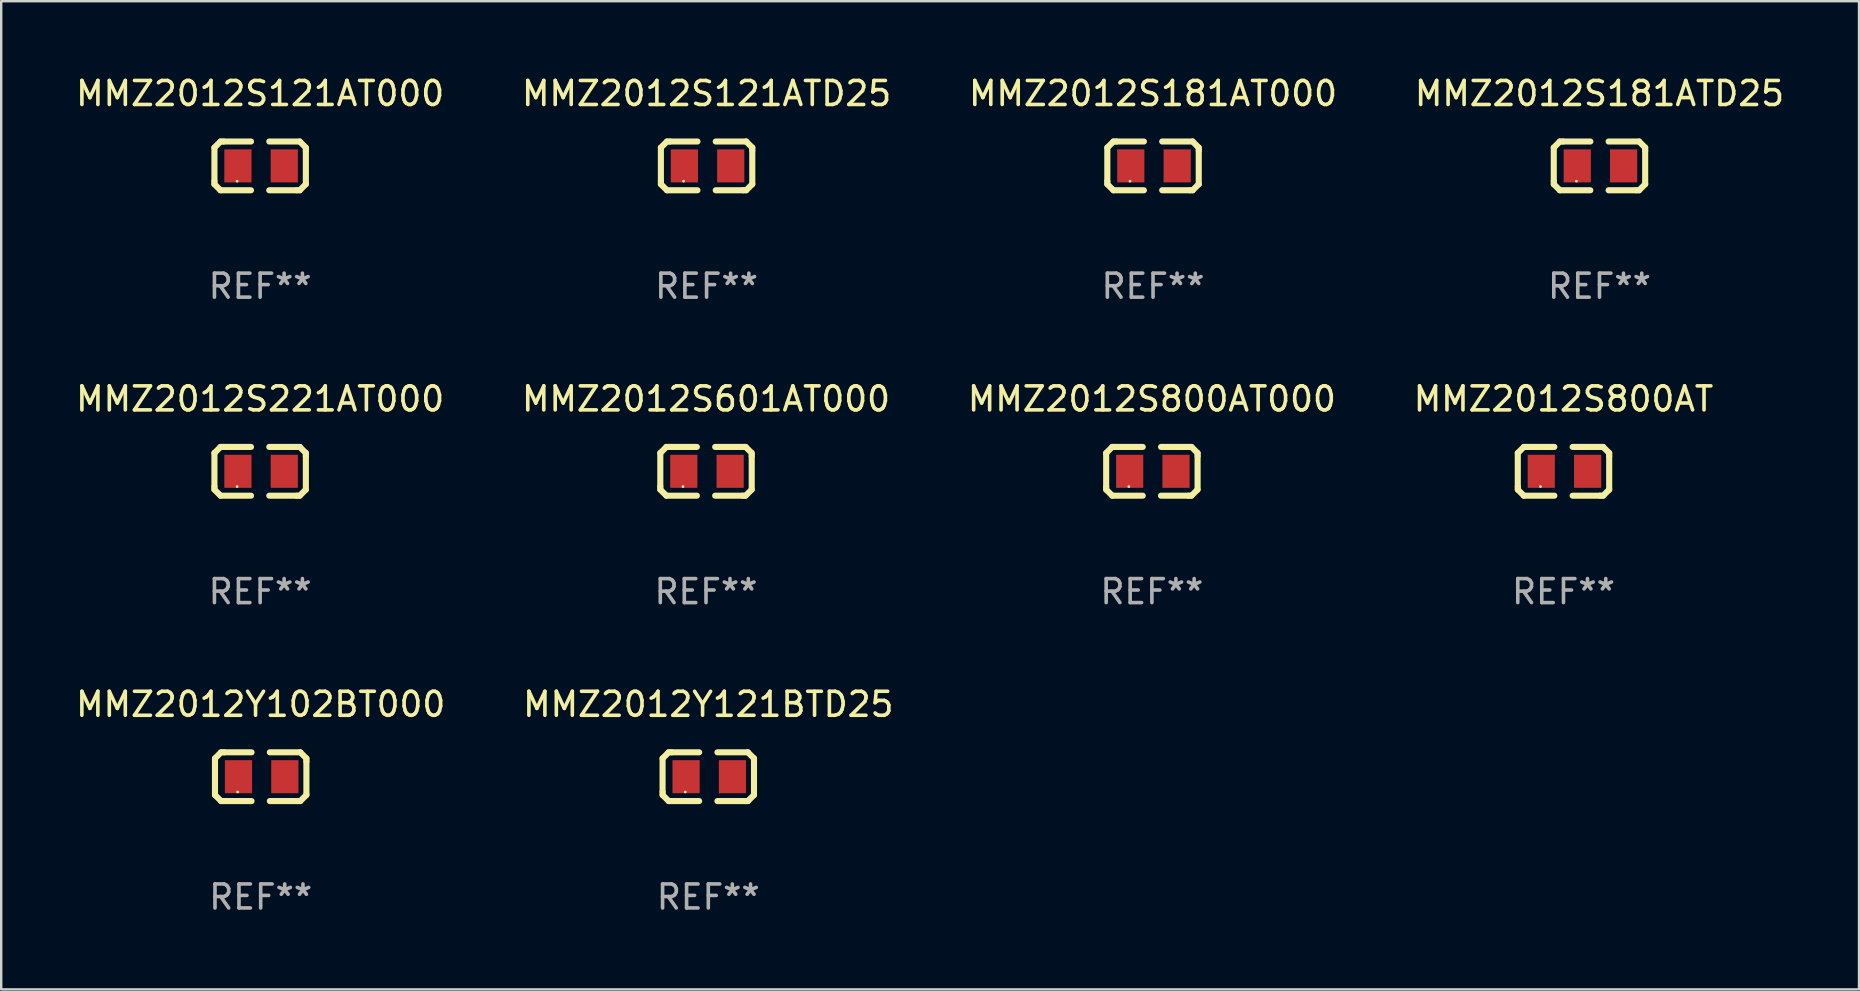
<source format=kicad_pcb>
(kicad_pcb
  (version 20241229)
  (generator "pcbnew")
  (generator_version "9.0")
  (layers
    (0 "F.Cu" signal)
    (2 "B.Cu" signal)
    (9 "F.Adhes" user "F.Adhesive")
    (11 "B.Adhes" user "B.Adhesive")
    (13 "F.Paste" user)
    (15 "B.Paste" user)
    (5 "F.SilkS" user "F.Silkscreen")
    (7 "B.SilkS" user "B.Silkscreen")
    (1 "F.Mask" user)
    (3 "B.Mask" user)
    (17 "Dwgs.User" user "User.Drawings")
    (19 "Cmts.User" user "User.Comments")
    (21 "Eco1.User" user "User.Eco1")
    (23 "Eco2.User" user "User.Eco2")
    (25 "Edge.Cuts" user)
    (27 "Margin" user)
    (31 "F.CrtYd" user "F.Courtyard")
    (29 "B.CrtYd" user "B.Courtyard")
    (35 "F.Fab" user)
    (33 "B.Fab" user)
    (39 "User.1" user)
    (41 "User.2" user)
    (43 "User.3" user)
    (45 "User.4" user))
  (footprint "MMZ2012S601AT000"
    (layer "F.Cu")
    (at 26.375 16.593)
    (property "Reference" "MMZ2012S601AT000" (at 0 -3.016 0) (layer "F.SilkS") (effects (font (size 1 1) (thickness 0.15))))
    (attr through_hole)
    (fp_line (start -1.905 -0.762) (end -1.905 0.635) (stroke (width 0.254) (type solid)) (layer "F.SilkS"))
    (fp_line (start -1.905 0.635) (end -1.905 0.762) (stroke (width 0.254) (type solid)) (layer "F.SilkS"))
    (fp_line (start -1.905 0.762) (end -1.651 1.016) (stroke (width 0.254) (type solid)) (layer "F.SilkS"))
    (fp_line (start -1.651 -1.016) (end -1.905 -0.762) (stroke (width 0.254) (type solid)) (layer "F.SilkS"))
    (fp_line (start -1.651 1.016) (end -0.381 1.016) (stroke (width 0.254) (type solid)) (layer "F.SilkS"))
    (fp_line (start -1.524 -1.016) (end -1.651 -1.016) (stroke (width 0.254) (type solid)) (layer "F.SilkS"))
    (fp_line (start -0.381 -1.016) (end -1.524 -1.016) (stroke (width 0.254) (type solid)) (layer "F.SilkS"))
    (fp_line (start 0.381 1.016) (end 1.524 1.016) (stroke (width 0.254) (type solid)) (layer "F.SilkS"))
    (fp_line (start 1.524 1.016) (end 1.651 1.016) (stroke (width 0.254) (type solid)) (layer "F.SilkS"))
    (fp_line (start 1.651 -1.016) (end 0.381 -1.016) (stroke (width 0.254) (type solid)) (layer "F.SilkS"))
    (fp_line (start 1.651 1.016) (end 1.905 0.762) (stroke (width 0.254) (type solid)) (layer "F.SilkS"))
    (fp_line (start 1.905 -0.762) (end 1.651 -1.016) (stroke (width 0.254) (type solid)) (layer "F.SilkS"))
    (fp_line (start 1.905 -0.635) (end 1.905 -0.762) (stroke (width 0.254) (type solid)) (layer "F.SilkS"))
    (fp_line (start 1.905 0.762) (end 1.905 -0.635) (stroke (width 0.254) (type solid)) (layer "F.SilkS"))
    (fp_circle (center -0.96 0.637) (end -0.93 0.637) (stroke (width 0.06) (type solid)) (fill no) (layer "F.SilkS"))
    (fp_text user "REF**" (at 0 5.016 0) (layer "F.Fab") (effects (font (size 1 1) (thickness 0.15))))
    (pad "1" smd rect (at -0.926 -0.000051) (size 1.133 1.377) (layers "F.Cu" "F.Mask" "F.Paste"))
    (pad "2" smd rect (at 1.006 -0.000051) (size 1.133 1.377) (layers "F.Cu" "F.Mask" "F.Paste")))
  (footprint "MMZ2012S800AT000"
    (layer "F.Cu")
    (at 44.958 16.593)
    (property "Reference" "MMZ2012S800AT000" (at 0 -3.016 0) (layer "F.SilkS") (effects (font (size 1 1) (thickness 0.15))))
    (attr through_hole)
    (fp_line (start -1.905 -0.762) (end -1.905 0.635) (stroke (width 0.254) (type solid)) (layer "F.SilkS"))
    (fp_line (start -1.905 0.635) (end -1.905 0.762) (stroke (width 0.254) (type solid)) (layer "F.SilkS"))
    (fp_line (start -1.905 0.762) (end -1.651 1.016) (stroke (width 0.254) (type solid)) (layer "F.SilkS"))
    (fp_line (start -1.651 -1.016) (end -1.905 -0.762) (stroke (width 0.254) (type solid)) (layer "F.SilkS"))
    (fp_line (start -1.651 1.016) (end -0.381 1.016) (stroke (width 0.254) (type solid)) (layer "F.SilkS"))
    (fp_line (start -1.524 -1.016) (end -1.651 -1.016) (stroke (width 0.254) (type solid)) (layer "F.SilkS"))
    (fp_line (start -0.381 -1.016) (end -1.524 -1.016) (stroke (width 0.254) (type solid)) (layer "F.SilkS"))
    (fp_line (start 0.381 1.016) (end 1.524 1.016) (stroke (width 0.254) (type solid)) (layer "F.SilkS"))
    (fp_line (start 1.524 1.016) (end 1.651 1.016) (stroke (width 0.254) (type solid)) (layer "F.SilkS"))
    (fp_line (start 1.651 -1.016) (end 0.381 -1.016) (stroke (width 0.254) (type solid)) (layer "F.SilkS"))
    (fp_line (start 1.651 1.016) (end 1.905 0.762) (stroke (width 0.254) (type solid)) (layer "F.SilkS"))
    (fp_line (start 1.905 -0.762) (end 1.651 -1.016) (stroke (width 0.254) (type solid)) (layer "F.SilkS"))
    (fp_line (start 1.905 -0.635) (end 1.905 -0.762) (stroke (width 0.254) (type solid)) (layer "F.SilkS"))
    (fp_line (start 1.905 0.762) (end 1.905 -0.635) (stroke (width 0.254) (type solid)) (layer "F.SilkS"))
    (fp_circle (center -0.96 0.637) (end -0.93 0.637) (stroke (width 0.06) (type solid)) (fill no) (layer "F.SilkS"))
    (fp_text user "REF**" (at 0 5.016 0) (layer "F.Fab") (effects (font (size 1 1) (thickness 0.15))))
    (pad "1" smd rect (at -0.926 -0.000051) (size 1.133 1.377) (layers "F.Cu" "F.Mask" "F.Paste"))
    (pad "2" smd rect (at 1.006 -0.000051) (size 1.133 1.377) (layers "F.Cu" "F.Mask" "F.Paste")))
  (footprint "MMZ2012S121AT000"
    (layer "F.Cu")
    (at 7.792 3.864)
    (property "Reference" "MMZ2012S121AT000" (at 0 -3.016 0) (layer "F.SilkS") (effects (font (size 1 1) (thickness 0.15))))
    (attr through_hole)
    (fp_line (start -1.905 -0.762) (end -1.905 0.635) (stroke (width 0.254) (type solid)) (layer "F.SilkS"))
    (fp_line (start -1.905 0.635) (end -1.905 0.762) (stroke (width 0.254) (type solid)) (layer "F.SilkS"))
    (fp_line (start -1.905 0.762) (end -1.651 1.016) (stroke (width 0.254) (type solid)) (layer "F.SilkS"))
    (fp_line (start -1.651 -1.016) (end -1.905 -0.762) (stroke (width 0.254) (type solid)) (layer "F.SilkS"))
    (fp_line (start -1.651 1.016) (end -0.381 1.016) (stroke (width 0.254) (type solid)) (layer "F.SilkS"))
    (fp_line (start -1.524 -1.016) (end -1.651 -1.016) (stroke (width 0.254) (type solid)) (layer "F.SilkS"))
    (fp_line (start -0.381 -1.016) (end -1.524 -1.016) (stroke (width 0.254) (type solid)) (layer "F.SilkS"))
    (fp_line (start 0.381 1.016) (end 1.524 1.016) (stroke (width 0.254) (type solid)) (layer "F.SilkS"))
    (fp_line (start 1.524 1.016) (end 1.651 1.016) (stroke (width 0.254) (type solid)) (layer "F.SilkS"))
    (fp_line (start 1.651 -1.016) (end 0.381 -1.016) (stroke (width 0.254) (type solid)) (layer "F.SilkS"))
    (fp_line (start 1.651 1.016) (end 1.905 0.762) (stroke (width 0.254) (type solid)) (layer "F.SilkS"))
    (fp_line (start 1.905 -0.762) (end 1.651 -1.016) (stroke (width 0.254) (type solid)) (layer "F.SilkS"))
    (fp_line (start 1.905 -0.635) (end 1.905 -0.762) (stroke (width 0.254) (type solid)) (layer "F.SilkS"))
    (fp_line (start 1.905 0.762) (end 1.905 -0.635) (stroke (width 0.254) (type solid)) (layer "F.SilkS"))
    (fp_circle (center -0.96 0.637) (end -0.93 0.637) (stroke (width 0.06) (type solid)) (fill no) (layer "F.SilkS"))
    (fp_text user "REF**" (at 0 5.016 0) (layer "F.Fab") (effects (font (size 1 1) (thickness 0.15))))
    (pad "1" smd rect (at -0.926 -0.000051) (size 1.133 1.377) (layers "F.Cu" "F.Mask" "F.Paste"))
    (pad "2" smd rect (at 1.006 -0.000051) (size 1.133 1.377) (layers "F.Cu" "F.Mask" "F.Paste")))
  (footprint "MMZ2012Y121BTD25"
    (layer "F.Cu")
    (at 26.47 29.321)
    (property "Reference" "MMZ2012Y121BTD25" (at 0 -3.016 0) (layer "F.SilkS") (effects (font (size 1 1) (thickness 0.15))))
    (attr through_hole)
    (fp_line (start -1.905 -0.762) (end -1.905 0.635) (stroke (width 0.254) (type solid)) (layer "F.SilkS"))
    (fp_line (start -1.905 0.635) (end -1.905 0.762) (stroke (width 0.254) (type solid)) (layer "F.SilkS"))
    (fp_line (start -1.905 0.762) (end -1.651 1.016) (stroke (width 0.254) (type solid)) (layer "F.SilkS"))
    (fp_line (start -1.651 -1.016) (end -1.905 -0.762) (stroke (width 0.254) (type solid)) (layer "F.SilkS"))
    (fp_line (start -1.651 1.016) (end -0.381 1.016) (stroke (width 0.254) (type solid)) (layer "F.SilkS"))
    (fp_line (start -1.524 -1.016) (end -1.651 -1.016) (stroke (width 0.254) (type solid)) (layer "F.SilkS"))
    (fp_line (start -0.381 -1.016) (end -1.524 -1.016) (stroke (width 0.254) (type solid)) (layer "F.SilkS"))
    (fp_line (start 0.381 1.016) (end 1.524 1.016) (stroke (width 0.254) (type solid)) (layer "F.SilkS"))
    (fp_line (start 1.524 1.016) (end 1.651 1.016) (stroke (width 0.254) (type solid)) (layer "F.SilkS"))
    (fp_line (start 1.651 -1.016) (end 0.381 -1.016) (stroke (width 0.254) (type solid)) (layer "F.SilkS"))
    (fp_line (start 1.651 1.016) (end 1.905 0.762) (stroke (width 0.254) (type solid)) (layer "F.SilkS"))
    (fp_line (start 1.905 -0.762) (end 1.651 -1.016) (stroke (width 0.254) (type solid)) (layer "F.SilkS"))
    (fp_line (start 1.905 -0.635) (end 1.905 -0.762) (stroke (width 0.254) (type solid)) (layer "F.SilkS"))
    (fp_line (start 1.905 0.762) (end 1.905 -0.635) (stroke (width 0.254) (type solid)) (layer "F.SilkS"))
    (fp_circle (center -0.96 0.637) (end -0.93 0.637) (stroke (width 0.06) (type solid)) (fill no) (layer "F.SilkS"))
    (fp_text user "REF**" (at 0 5.016 0) (layer "F.Fab") (effects (font (size 1 1) (thickness 0.15))))
    (pad "1" smd rect (at -0.926 -0.000051) (size 1.133 1.377) (layers "F.Cu" "F.Mask" "F.Paste"))
    (pad "2" smd rect (at 1.006 -0.000051) (size 1.133 1.377) (layers "F.Cu" "F.Mask" "F.Paste")))
  (footprint "MMZ2012S181AT000"
    (layer "F.Cu")
    (at 45.006 3.864)
    (property "Reference" "MMZ2012S181AT000" (at 0 -3.016 0) (layer "F.SilkS") (effects (font (size 1 1) (thickness 0.15))))
    (attr through_hole)
    (fp_line (start -1.905 -0.762) (end -1.905 0.635) (stroke (width 0.254) (type solid)) (layer "F.SilkS"))
    (fp_line (start -1.905 0.635) (end -1.905 0.762) (stroke (width 0.254) (type solid)) (layer "F.SilkS"))
    (fp_line (start -1.905 0.762) (end -1.651 1.016) (stroke (width 0.254) (type solid)) (layer "F.SilkS"))
    (fp_line (start -1.651 -1.016) (end -1.905 -0.762) (stroke (width 0.254) (type solid)) (layer "F.SilkS"))
    (fp_line (start -1.651 1.016) (end -0.381 1.016) (stroke (width 0.254) (type solid)) (layer "F.SilkS"))
    (fp_line (start -1.524 -1.016) (end -1.651 -1.016) (stroke (width 0.254) (type solid)) (layer "F.SilkS"))
    (fp_line (start -0.381 -1.016) (end -1.524 -1.016) (stroke (width 0.254) (type solid)) (layer "F.SilkS"))
    (fp_line (start 0.381 1.016) (end 1.524 1.016) (stroke (width 0.254) (type solid)) (layer "F.SilkS"))
    (fp_line (start 1.524 1.016) (end 1.651 1.016) (stroke (width 0.254) (type solid)) (layer "F.SilkS"))
    (fp_line (start 1.651 -1.016) (end 0.381 -1.016) (stroke (width 0.254) (type solid)) (layer "F.SilkS"))
    (fp_line (start 1.651 1.016) (end 1.905 0.762) (stroke (width 0.254) (type solid)) (layer "F.SilkS"))
    (fp_line (start 1.905 -0.762) (end 1.651 -1.016) (stroke (width 0.254) (type solid)) (layer "F.SilkS"))
    (fp_line (start 1.905 -0.635) (end 1.905 -0.762) (stroke (width 0.254) (type solid)) (layer "F.SilkS"))
    (fp_line (start 1.905 0.762) (end 1.905 -0.635) (stroke (width 0.254) (type solid)) (layer "F.SilkS"))
    (fp_circle (center -0.96 0.637) (end -0.93 0.637) (stroke (width 0.06) (type solid)) (fill no) (layer "F.SilkS"))
    (fp_text user "REF**" (at 0 5.016 0) (layer "F.Fab") (effects (font (size 1 1) (thickness 0.15))))
    (pad "1" smd rect (at -0.926 -0.000051) (size 1.133 1.377) (layers "F.Cu" "F.Mask" "F.Paste"))
    (pad "2" smd rect (at 1.006 -0.000051) (size 1.133 1.377) (layers "F.Cu" "F.Mask" "F.Paste")))
  (footprint "MMZ2012S181ATD25"
    (layer "F.Cu")
    (at 63.613 3.864)
    (property "Reference" "MMZ2012S181ATD25" (at 0 -3.016 0) (layer "F.SilkS") (effects (font (size 1 1) (thickness 0.15))))
    (attr through_hole)
    (fp_line (start -1.905 -0.762) (end -1.905 0.635) (stroke (width 0.254) (type solid)) (layer "F.SilkS"))
    (fp_line (start -1.905 0.635) (end -1.905 0.762) (stroke (width 0.254) (type solid)) (layer "F.SilkS"))
    (fp_line (start -1.905 0.762) (end -1.651 1.016) (stroke (width 0.254) (type solid)) (layer "F.SilkS"))
    (fp_line (start -1.651 -1.016) (end -1.905 -0.762) (stroke (width 0.254) (type solid)) (layer "F.SilkS"))
    (fp_line (start -1.651 1.016) (end -0.381 1.016) (stroke (width 0.254) (type solid)) (layer "F.SilkS"))
    (fp_line (start -1.524 -1.016) (end -1.651 -1.016) (stroke (width 0.254) (type solid)) (layer "F.SilkS"))
    (fp_line (start -0.381 -1.016) (end -1.524 -1.016) (stroke (width 0.254) (type solid)) (layer "F.SilkS"))
    (fp_line (start 0.381 1.016) (end 1.524 1.016) (stroke (width 0.254) (type solid)) (layer "F.SilkS"))
    (fp_line (start 1.524 1.016) (end 1.651 1.016) (stroke (width 0.254) (type solid)) (layer "F.SilkS"))
    (fp_line (start 1.651 -1.016) (end 0.381 -1.016) (stroke (width 0.254) (type solid)) (layer "F.SilkS"))
    (fp_line (start 1.651 1.016) (end 1.905 0.762) (stroke (width 0.254) (type solid)) (layer "F.SilkS"))
    (fp_line (start 1.905 -0.762) (end 1.651 -1.016) (stroke (width 0.254) (type solid)) (layer "F.SilkS"))
    (fp_line (start 1.905 -0.635) (end 1.905 -0.762) (stroke (width 0.254) (type solid)) (layer "F.SilkS"))
    (fp_line (start 1.905 0.762) (end 1.905 -0.635) (stroke (width 0.254) (type solid)) (layer "F.SilkS"))
    (fp_circle (center -0.96 0.637) (end -0.93 0.637) (stroke (width 0.06) (type solid)) (fill no) (layer "F.SilkS"))
    (fp_text user "REF**" (at 0 5.016 0) (layer "F.Fab") (effects (font (size 1 1) (thickness 0.15))))
    (pad "1" smd rect (at -0.926 -0.000051) (size 1.133 1.377) (layers "F.Cu" "F.Mask" "F.Paste"))
    (pad "2" smd rect (at 1.006 -0.000051) (size 1.133 1.377) (layers "F.Cu" "F.Mask" "F.Paste")))
  (footprint "MMZ2012S221AT000"
    (layer "F.Cu")
    (at 7.792 16.593)
    (property "Reference" "MMZ2012S221AT000" (at 0 -3.016 0) (layer "F.SilkS") (effects (font (size 1 1) (thickness 0.15))))
    (attr through_hole)
    (fp_line (start -1.905 -0.762) (end -1.905 0.635) (stroke (width 0.254) (type solid)) (layer "F.SilkS"))
    (fp_line (start -1.905 0.635) (end -1.905 0.762) (stroke (width 0.254) (type solid)) (layer "F.SilkS"))
    (fp_line (start -1.905 0.762) (end -1.651 1.016) (stroke (width 0.254) (type solid)) (layer "F.SilkS"))
    (fp_line (start -1.651 -1.016) (end -1.905 -0.762) (stroke (width 0.254) (type solid)) (layer "F.SilkS"))
    (fp_line (start -1.651 1.016) (end -0.381 1.016) (stroke (width 0.254) (type solid)) (layer "F.SilkS"))
    (fp_line (start -1.524 -1.016) (end -1.651 -1.016) (stroke (width 0.254) (type solid)) (layer "F.SilkS"))
    (fp_line (start -0.381 -1.016) (end -1.524 -1.016) (stroke (width 0.254) (type solid)) (layer "F.SilkS"))
    (fp_line (start 0.381 1.016) (end 1.524 1.016) (stroke (width 0.254) (type solid)) (layer "F.SilkS"))
    (fp_line (start 1.524 1.016) (end 1.651 1.016) (stroke (width 0.254) (type solid)) (layer "F.SilkS"))
    (fp_line (start 1.651 -1.016) (end 0.381 -1.016) (stroke (width 0.254) (type solid)) (layer "F.SilkS"))
    (fp_line (start 1.651 1.016) (end 1.905 0.762) (stroke (width 0.254) (type solid)) (layer "F.SilkS"))
    (fp_line (start 1.905 -0.762) (end 1.651 -1.016) (stroke (width 0.254) (type solid)) (layer "F.SilkS"))
    (fp_line (start 1.905 -0.635) (end 1.905 -0.762) (stroke (width 0.254) (type solid)) (layer "F.SilkS"))
    (fp_line (start 1.905 0.762) (end 1.905 -0.635) (stroke (width 0.254) (type solid)) (layer "F.SilkS"))
    (fp_circle (center -0.96 0.637) (end -0.93 0.637) (stroke (width 0.06) (type solid)) (fill no) (layer "F.SilkS"))
    (fp_text user "REF**" (at 0 5.016 0) (layer "F.Fab") (effects (font (size 1 1) (thickness 0.15))))
    (pad "1" smd rect (at -0.926 -0.000051) (size 1.133 1.377) (layers "F.Cu" "F.Mask" "F.Paste"))
    (pad "2" smd rect (at 1.006 -0.000051) (size 1.133 1.377) (layers "F.Cu" "F.Mask" "F.Paste")))
  (footprint "MMZ2012Y102BT000"
    (layer "F.Cu")
    (at 7.815 29.321)
    (property "Reference" "MMZ2012Y102BT000" (at 0 -3.016 0) (layer "F.SilkS") (effects (font (size 1 1) (thickness 0.15))))
    (attr through_hole)
    (fp_line (start -1.905 -0.762) (end -1.905 0.635) (stroke (width 0.254) (type solid)) (layer "F.SilkS"))
    (fp_line (start -1.905 0.635) (end -1.905 0.762) (stroke (width 0.254) (type solid)) (layer "F.SilkS"))
    (fp_line (start -1.905 0.762) (end -1.651 1.016) (stroke (width 0.254) (type solid)) (layer "F.SilkS"))
    (fp_line (start -1.651 -1.016) (end -1.905 -0.762) (stroke (width 0.254) (type solid)) (layer "F.SilkS"))
    (fp_line (start -1.651 1.016) (end -0.381 1.016) (stroke (width 0.254) (type solid)) (layer "F.SilkS"))
    (fp_line (start -1.524 -1.016) (end -1.651 -1.016) (stroke (width 0.254) (type solid)) (layer "F.SilkS"))
    (fp_line (start -0.381 -1.016) (end -1.524 -1.016) (stroke (width 0.254) (type solid)) (layer "F.SilkS"))
    (fp_line (start 0.381 1.016) (end 1.524 1.016) (stroke (width 0.254) (type solid)) (layer "F.SilkS"))
    (fp_line (start 1.524 1.016) (end 1.651 1.016) (stroke (width 0.254) (type solid)) (layer "F.SilkS"))
    (fp_line (start 1.651 -1.016) (end 0.381 -1.016) (stroke (width 0.254) (type solid)) (layer "F.SilkS"))
    (fp_line (start 1.651 1.016) (end 1.905 0.762) (stroke (width 0.254) (type solid)) (layer "F.SilkS"))
    (fp_line (start 1.905 -0.762) (end 1.651 -1.016) (stroke (width 0.254) (type solid)) (layer "F.SilkS"))
    (fp_line (start 1.905 -0.635) (end 1.905 -0.762) (stroke (width 0.254) (type solid)) (layer "F.SilkS"))
    (fp_line (start 1.905 0.762) (end 1.905 -0.635) (stroke (width 0.254) (type solid)) (layer "F.SilkS"))
    (fp_circle (center -0.96 0.637) (end -0.93 0.637) (stroke (width 0.06) (type solid)) (fill no) (layer "F.SilkS"))
    (fp_text user "REF**" (at 0 5.016 0) (layer "F.Fab") (effects (font (size 1 1) (thickness 0.15))))
    (pad "1" smd rect (at -0.926 -0.000051) (size 1.133 1.377) (layers "F.Cu" "F.Mask" "F.Paste"))
    (pad "2" smd rect (at 1.006 -0.000051) (size 1.133 1.377) (layers "F.Cu" "F.Mask" "F.Paste")))
  (footprint "MMZ2012S121ATD25"
    (layer "F.Cu")
    (at 26.399 3.864)
    (property "Reference" "MMZ2012S121ATD25" (at 0 -3.016 0) (layer "F.SilkS") (effects (font (size 1 1) (thickness 0.15))))
    (attr through_hole)
    (fp_line (start -1.905 -0.762) (end -1.905 0.635) (stroke (width 0.254) (type solid)) (layer "F.SilkS"))
    (fp_line (start -1.905 0.635) (end -1.905 0.762) (stroke (width 0.254) (type solid)) (layer "F.SilkS"))
    (fp_line (start -1.905 0.762) (end -1.651 1.016) (stroke (width 0.254) (type solid)) (layer "F.SilkS"))
    (fp_line (start -1.651 -1.016) (end -1.905 -0.762) (stroke (width 0.254) (type solid)) (layer "F.SilkS"))
    (fp_line (start -1.651 1.016) (end -0.381 1.016) (stroke (width 0.254) (type solid)) (layer "F.SilkS"))
    (fp_line (start -1.524 -1.016) (end -1.651 -1.016) (stroke (width 0.254) (type solid)) (layer "F.SilkS"))
    (fp_line (start -0.381 -1.016) (end -1.524 -1.016) (stroke (width 0.254) (type solid)) (layer "F.SilkS"))
    (fp_line (start 0.381 1.016) (end 1.524 1.016) (stroke (width 0.254) (type solid)) (layer "F.SilkS"))
    (fp_line (start 1.524 1.016) (end 1.651 1.016) (stroke (width 0.254) (type solid)) (layer "F.SilkS"))
    (fp_line (start 1.651 -1.016) (end 0.381 -1.016) (stroke (width 0.254) (type solid)) (layer "F.SilkS"))
    (fp_line (start 1.651 1.016) (end 1.905 0.762) (stroke (width 0.254) (type solid)) (layer "F.SilkS"))
    (fp_line (start 1.905 -0.762) (end 1.651 -1.016) (stroke (width 0.254) (type solid)) (layer "F.SilkS"))
    (fp_line (start 1.905 -0.635) (end 1.905 -0.762) (stroke (width 0.254) (type solid)) (layer "F.SilkS"))
    (fp_line (start 1.905 0.762) (end 1.905 -0.635) (stroke (width 0.254) (type solid)) (layer "F.SilkS"))
    (fp_circle (center -0.96 0.637) (end -0.93 0.637) (stroke (width 0.06) (type solid)) (fill no) (layer "F.SilkS"))
    (fp_text user "REF**" (at 0 5.016 0) (layer "F.Fab") (effects (font (size 1 1) (thickness 0.15))))
    (pad "1" smd rect (at -0.926 -0.000051) (size 1.133 1.377) (layers "F.Cu" "F.Mask" "F.Paste"))
    (pad "2" smd rect (at 1.006 -0.000051) (size 1.133 1.377) (layers "F.Cu" "F.Mask" "F.Paste")))
  (footprint "MMZ2012S800AT"
    (layer "F.Cu")
    (at 62.113 16.593)
    (property "Reference" "MMZ2012S800AT" (at 0 -3.016 0) (layer "F.SilkS") (effects (font (size 1 1) (thickness 0.15))))
    (attr through_hole)
    (fp_line (start -1.905 -0.762) (end -1.905 0.635) (stroke (width 0.254) (type solid)) (layer "F.SilkS"))
    (fp_line (start -1.905 0.635) (end -1.905 0.762) (stroke (width 0.254) (type solid)) (layer "F.SilkS"))
    (fp_line (start -1.905 0.762) (end -1.651 1.016) (stroke (width 0.254) (type solid)) (layer "F.SilkS"))
    (fp_line (start -1.651 -1.016) (end -1.905 -0.762) (stroke (width 0.254) (type solid)) (layer "F.SilkS"))
    (fp_line (start -1.651 1.016) (end -0.381 1.016) (stroke (width 0.254) (type solid)) (layer "F.SilkS"))
    (fp_line (start -1.524 -1.016) (end -1.651 -1.016) (stroke (width 0.254) (type solid)) (layer "F.SilkS"))
    (fp_line (start -0.381 -1.016) (end -1.524 -1.016) (stroke (width 0.254) (type solid)) (layer "F.SilkS"))
    (fp_line (start 0.381 1.016) (end 1.524 1.016) (stroke (width 0.254) (type solid)) (layer "F.SilkS"))
    (fp_line (start 1.524 1.016) (end 1.651 1.016) (stroke (width 0.254) (type solid)) (layer "F.SilkS"))
    (fp_line (start 1.651 -1.016) (end 0.381 -1.016) (stroke (width 0.254) (type solid)) (layer "F.SilkS"))
    (fp_line (start 1.651 1.016) (end 1.905 0.762) (stroke (width 0.254) (type solid)) (layer "F.SilkS"))
    (fp_line (start 1.905 -0.762) (end 1.651 -1.016) (stroke (width 0.254) (type solid)) (layer "F.SilkS"))
    (fp_line (start 1.905 -0.635) (end 1.905 -0.762) (stroke (width 0.254) (type solid)) (layer "F.SilkS"))
    (fp_line (start 1.905 0.762) (end 1.905 -0.635) (stroke (width 0.254) (type solid)) (layer "F.SilkS"))
    (fp_circle (center -0.96 0.637) (end -0.93 0.637) (stroke (width 0.06) (type solid)) (fill no) (layer "F.SilkS"))
    (fp_text user "REF**" (at 0 5.016 0) (layer "F.Fab") (effects (font (size 1 1) (thickness 0.15))))
    (pad "1" smd rect (at -0.926 -0.000051) (size 1.133 1.377) (layers "F.Cu" "F.Mask" "F.Paste"))
    (pad "2" smd rect (at 1.006 -0.000051) (size 1.133 1.377) (layers "F.Cu" "F.Mask" "F.Paste")))
  (gr_rect
    (start -3 -3)
    (end 74.429 38.186)
    (stroke (width 0.1) (type default))
    (fill no)
    (layer "Edge.Cuts")))
</source>
